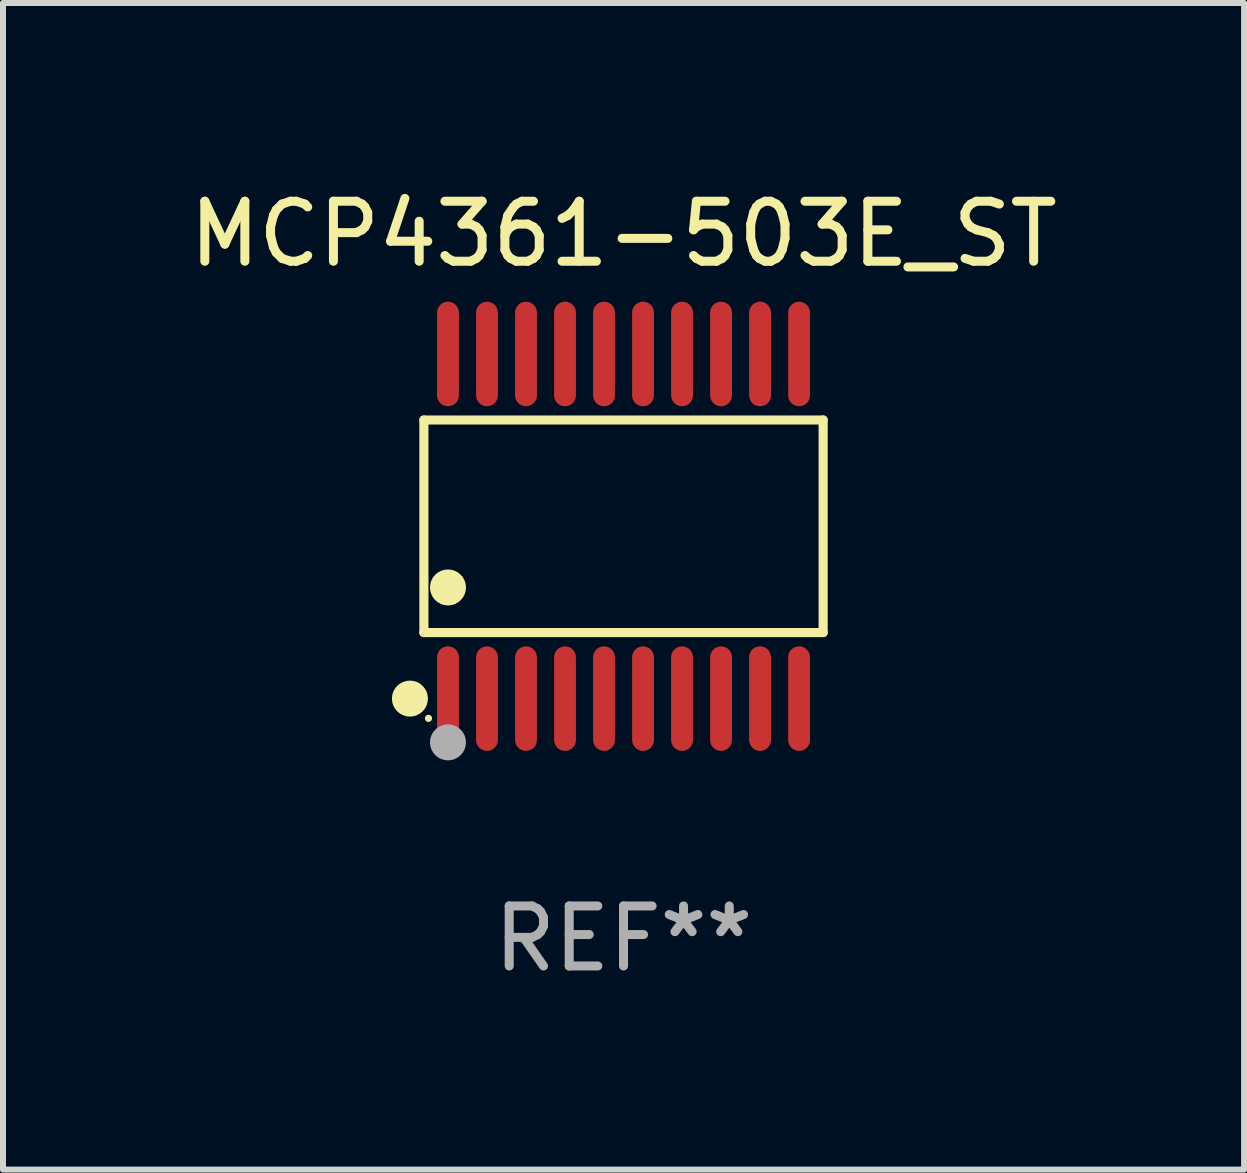
<source format=kicad_pcb>
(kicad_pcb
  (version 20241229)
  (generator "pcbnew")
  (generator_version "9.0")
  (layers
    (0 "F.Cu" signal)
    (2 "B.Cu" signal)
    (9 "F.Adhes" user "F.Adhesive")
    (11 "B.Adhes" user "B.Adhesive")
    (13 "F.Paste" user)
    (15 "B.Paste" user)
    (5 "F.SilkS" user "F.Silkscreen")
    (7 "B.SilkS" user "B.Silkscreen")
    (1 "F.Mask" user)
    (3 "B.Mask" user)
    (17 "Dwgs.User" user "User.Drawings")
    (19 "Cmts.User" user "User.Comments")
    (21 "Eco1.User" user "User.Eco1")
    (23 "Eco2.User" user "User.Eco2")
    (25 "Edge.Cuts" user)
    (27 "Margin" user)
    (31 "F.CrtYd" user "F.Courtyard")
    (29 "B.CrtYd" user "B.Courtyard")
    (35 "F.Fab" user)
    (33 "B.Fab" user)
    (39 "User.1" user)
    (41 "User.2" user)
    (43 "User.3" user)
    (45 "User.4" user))
  (footprint "MCP4361-503E_ST"
    (layer "F.Cu")
    (at 7.339 5.719)
    (property "Reference" "MCP4361-503E_ST" (at 0 -4.871 0) (layer "F.SilkS") (effects (font (size 1 1) (thickness 0.15))))
    (attr through_hole)
    (fp_line (start -3.326 -1.771) (end 3.326 -1.771) (stroke (width 0.152) (type solid)) (layer "F.SilkS"))
    (fp_line (start -3.326 1.771) (end -3.326 -1.771) (stroke (width 0.152) (type solid)) (layer "F.SilkS"))
    (fp_line (start 3.326 -1.771) (end 3.326 1.771) (stroke (width 0.152) (type solid)) (layer "F.SilkS"))
    (fp_line (start 3.326 1.771) (end -3.326 1.771) (stroke (width 0.152) (type solid)) (layer "F.SilkS"))
    (fp_circle (center -3.559 2.871) (end -3.409 2.871) (stroke (width 0.3) (type solid)) (fill no) (layer "F.SilkS"))
    (fp_circle (center -3.25 3.2) (end -3.22 3.2) (stroke (width 0.06) (type solid)) (fill no) (layer "F.SilkS"))
    (fp_circle (center -2.925 1.019) (end -2.775 1.019) (stroke (width 0.3) (type solid)) (fill no) (layer "F.SilkS"))
    (fp_circle (center -2.925 3.6) (end -2.775 3.6) (stroke (width 0.3) (type solid)) (fill no) (layer "F.Fab"))
    (fp_text user "REF**" (at 0 6.871 0) (layer "F.Fab") (effects (font (size 1 1) (thickness 0.15))))
    (pad "1" smd oval (at -2.925 2.871) (size 0.364 1.742) (layers "F.Cu" "F.Mask" "F.Paste"))
    (pad "2" smd oval (at -2.275 2.871) (size 0.364 1.742) (layers "F.Cu" "F.Mask" "F.Paste"))
    (pad "3" smd oval (at -1.625 2.871) (size 0.364 1.742) (layers "F.Cu" "F.Mask" "F.Paste"))
    (pad "4" smd oval (at -0.975 2.871) (size 0.364 1.742) (layers "F.Cu" "F.Mask" "F.Paste"))
    (pad "5" smd oval (at -0.325 2.871) (size 0.364 1.742) (layers "F.Cu" "F.Mask" "F.Paste"))
    (pad "6" smd oval (at 0.325 2.871) (size 0.364 1.742) (layers "F.Cu" "F.Mask" "F.Paste"))
    (pad "7" smd oval (at 0.975 2.871) (size 0.364 1.742) (layers "F.Cu" "F.Mask" "F.Paste"))
    (pad "8" smd oval (at 1.625 2.871) (size 0.364 1.742) (layers "F.Cu" "F.Mask" "F.Paste"))
    (pad "9" smd oval (at 2.275 2.871) (size 0.364 1.742) (layers "F.Cu" "F.Mask" "F.Paste"))
    (pad "10" smd oval (at 2.925 2.871) (size 0.364 1.742) (layers "F.Cu" "F.Mask" "F.Paste"))
    (pad "11" smd oval (at 2.925 -2.871) (size 0.364 1.742) (layers "F.Cu" "F.Mask" "F.Paste"))
    (pad "12" smd oval (at 2.275 -2.871) (size 0.364 1.742) (layers "F.Cu" "F.Mask" "F.Paste"))
    (pad "13" smd oval (at 1.625 -2.871) (size 0.364 1.742) (layers "F.Cu" "F.Mask" "F.Paste"))
    (pad "14" smd oval (at 0.975 -2.871) (size 0.364 1.742) (layers "F.Cu" "F.Mask" "F.Paste"))
    (pad "15" smd oval (at 0.325 -2.871) (size 0.364 1.742) (layers "F.Cu" "F.Mask" "F.Paste"))
    (pad "16" smd oval (at -0.325 -2.871) (size 0.364 1.742) (layers "F.Cu" "F.Mask" "F.Paste"))
    (pad "17" smd oval (at -0.975 -2.871) (size 0.364 1.742) (layers "F.Cu" "F.Mask" "F.Paste"))
    (pad "18" smd oval (at -1.625 -2.871) (size 0.364 1.742) (layers "F.Cu" "F.Mask" "F.Paste"))
    (pad "19" smd oval (at -2.275 -2.871) (size 0.364 1.742) (layers "F.Cu" "F.Mask" "F.Paste"))
    (pad "20" smd oval (at -2.925 -2.871) (size 0.364 1.742) (layers "F.Cu" "F.Mask" "F.Paste")))
  (gr_rect
    (start -3 -3)
    (end 17.679 16.438)
    (stroke (width 0.1) (type default))
    (fill no)
    (layer "Edge.Cuts")))
</source>
